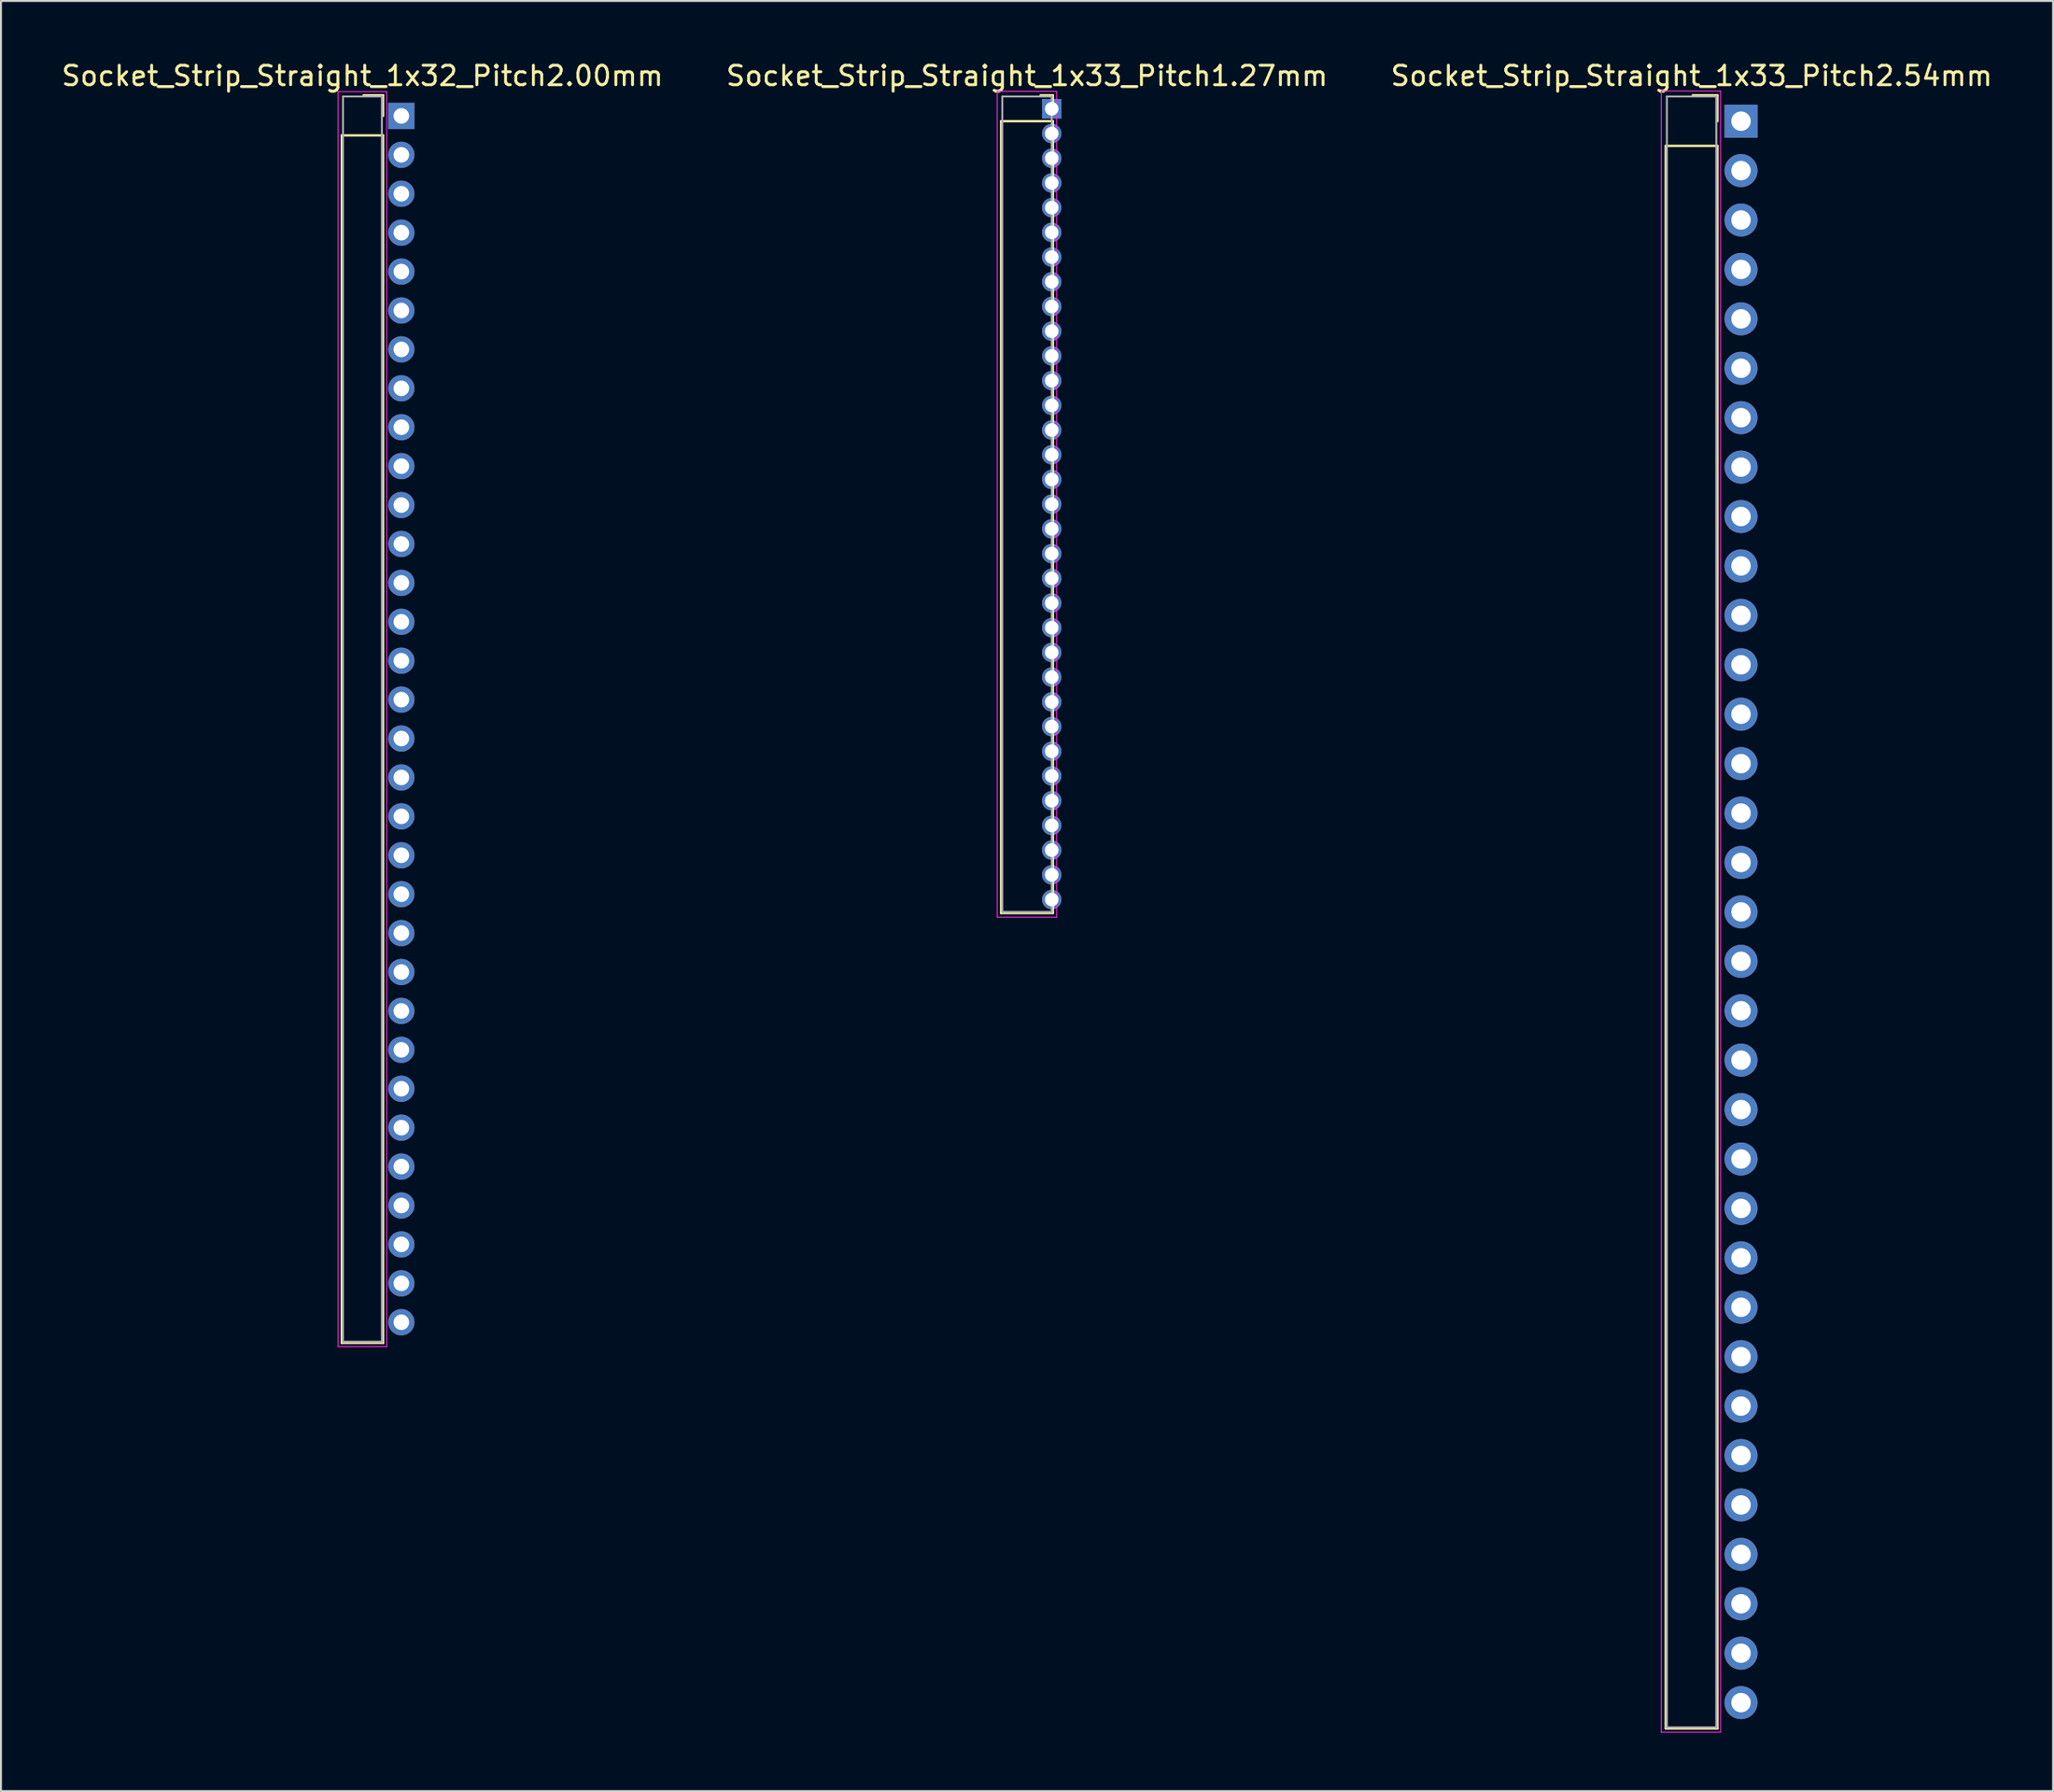
<source format=kicad_pcb>
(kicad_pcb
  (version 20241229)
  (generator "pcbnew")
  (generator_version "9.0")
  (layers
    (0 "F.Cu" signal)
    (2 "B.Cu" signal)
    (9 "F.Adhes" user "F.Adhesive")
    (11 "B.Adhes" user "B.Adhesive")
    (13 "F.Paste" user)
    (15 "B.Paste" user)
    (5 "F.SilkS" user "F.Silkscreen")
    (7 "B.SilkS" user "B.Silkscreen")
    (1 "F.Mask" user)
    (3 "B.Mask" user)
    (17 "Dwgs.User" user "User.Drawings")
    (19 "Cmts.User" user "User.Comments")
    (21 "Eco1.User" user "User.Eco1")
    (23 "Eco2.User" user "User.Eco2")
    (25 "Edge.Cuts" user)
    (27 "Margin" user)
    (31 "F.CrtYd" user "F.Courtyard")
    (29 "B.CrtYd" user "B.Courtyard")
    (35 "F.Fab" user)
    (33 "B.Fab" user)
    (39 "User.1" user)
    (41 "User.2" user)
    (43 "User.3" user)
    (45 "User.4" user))
  (footprint "Socket_Strip_Straight_1x32_Pitch2.00mm"
    (layer "F.Cu")
    (at 17.577 2.908)
    (property "Reference" "Socket_Strip_Straight_1x32_Pitch2.00mm" (at -2 -2.06 0) (layer "F.SilkS") (effects (font (size 1 1) (thickness 0.15))))
    (attr through_hole)
    (fp_line (start -3.06 1) (end -3.06 63.06) (stroke (width 0.12) (type solid)) (layer "F.SilkS"))
    (fp_line (start -3.06 63.06) (end -0.94 63.06) (stroke (width 0.12) (type solid)) (layer "F.SilkS"))
    (fp_line (start -0.94 -1.06) (end -1.94 -1.06) (stroke (width 0.12) (type solid)) (layer "F.SilkS"))
    (fp_line (start -0.94 0) (end -0.94 -1.06) (stroke (width 0.12) (type solid)) (layer "F.SilkS"))
    (fp_line (start -0.94 1) (end -3.06 1) (stroke (width 0.12) (type solid)) (layer "F.SilkS"))
    (fp_line (start -0.94 63.06) (end -0.94 1) (stroke (width 0.12) (type solid)) (layer "F.SilkS"))
    (fp_line (start -3.25 -1.25) (end -3.25 63.25) (stroke (width 0.05) (type solid)) (layer "F.CrtYd"))
    (fp_line (start -3.25 63.25) (end -0.75 63.25) (stroke (width 0.05) (type solid)) (layer "F.CrtYd"))
    (fp_line (start -0.75 -1.25) (end -3.25 -1.25) (stroke (width 0.05) (type solid)) (layer "F.CrtYd"))
    (fp_line (start -0.75 63.25) (end -0.75 -1.25) (stroke (width 0.05) (type solid)) (layer "F.CrtYd"))
    (fp_line (start -3 -1) (end -3 63) (stroke (width 0.1) (type solid)) (layer "F.Fab"))
    (fp_line (start -3 63) (end -1 63) (stroke (width 0.1) (type solid)) (layer "F.Fab"))
    (fp_line (start -1 -1) (end -3 -1) (stroke (width 0.1) (type solid)) (layer "F.Fab"))
    (fp_line (start -1 63) (end -1 -1) (stroke (width 0.1) (type solid)) (layer "F.Fab"))
    (pad "1" thru_hole rect (at 0 0) (size 1.35 1.35) (drill 0.8) (layers "*.Cu" "*.Mask"))
    (pad "2" thru_hole oval (at 0 2) (size 1.35 1.35) (drill 0.8) (layers "*.Cu" "*.Mask"))
    (pad "3" thru_hole oval (at 0 4) (size 1.35 1.35) (drill 0.8) (layers "*.Cu" "*.Mask"))
    (pad "4" thru_hole oval (at 0 6) (size 1.35 1.35) (drill 0.8) (layers "*.Cu" "*.Mask"))
    (pad "5" thru_hole oval (at 0 8) (size 1.35 1.35) (drill 0.8) (layers "*.Cu" "*.Mask"))
    (pad "6" thru_hole oval (at 0 10) (size 1.35 1.35) (drill 0.8) (layers "*.Cu" "*.Mask"))
    (pad "7" thru_hole oval (at 0 12) (size 1.35 1.35) (drill 0.8) (layers "*.Cu" "*.Mask"))
    (pad "8" thru_hole oval (at 0 14) (size 1.35 1.35) (drill 0.8) (layers "*.Cu" "*.Mask"))
    (pad "9" thru_hole oval (at 0 16) (size 1.35 1.35) (drill 0.8) (layers "*.Cu" "*.Mask"))
    (pad "10" thru_hole oval (at 0 18) (size 1.35 1.35) (drill 0.8) (layers "*.Cu" "*.Mask"))
    (pad "11" thru_hole oval (at 0 20) (size 1.35 1.35) (drill 0.8) (layers "*.Cu" "*.Mask"))
    (pad "12" thru_hole oval (at 0 22) (size 1.35 1.35) (drill 0.8) (layers "*.Cu" "*.Mask"))
    (pad "13" thru_hole oval (at 0 24) (size 1.35 1.35) (drill 0.8) (layers "*.Cu" "*.Mask"))
    (pad "14" thru_hole oval (at 0 26) (size 1.35 1.35) (drill 0.8) (layers "*.Cu" "*.Mask"))
    (pad "15" thru_hole oval (at 0 28) (size 1.35 1.35) (drill 0.8) (layers "*.Cu" "*.Mask"))
    (pad "16" thru_hole oval (at 0 30) (size 1.35 1.35) (drill 0.8) (layers "*.Cu" "*.Mask"))
    (pad "17" thru_hole oval (at 0 32) (size 1.35 1.35) (drill 0.8) (layers "*.Cu" "*.Mask"))
    (pad "18" thru_hole oval (at 0 34) (size 1.35 1.35) (drill 0.8) (layers "*.Cu" "*.Mask"))
    (pad "19" thru_hole oval (at 0 36) (size 1.35 1.35) (drill 0.8) (layers "*.Cu" "*.Mask"))
    (pad "20" thru_hole oval (at 0 38) (size 1.35 1.35) (drill 0.8) (layers "*.Cu" "*.Mask"))
    (pad "21" thru_hole oval (at 0 40) (size 1.35 1.35) (drill 0.8) (layers "*.Cu" "*.Mask"))
    (pad "22" thru_hole oval (at 0 42) (size 1.35 1.35) (drill 0.8) (layers "*.Cu" "*.Mask"))
    (pad "23" thru_hole oval (at 0 44) (size 1.35 1.35) (drill 0.8) (layers "*.Cu" "*.Mask"))
    (pad "24" thru_hole oval (at 0 46) (size 1.35 1.35) (drill 0.8) (layers "*.Cu" "*.Mask"))
    (pad "25" thru_hole oval (at 0 48) (size 1.35 1.35) (drill 0.8) (layers "*.Cu" "*.Mask"))
    (pad "26" thru_hole oval (at 0 50) (size 1.35 1.35) (drill 0.8) (layers "*.Cu" "*.Mask"))
    (pad "27" thru_hole oval (at 0 52) (size 1.35 1.35) (drill 0.8) (layers "*.Cu" "*.Mask"))
    (pad "28" thru_hole oval (at 0 54) (size 1.35 1.35) (drill 0.8) (layers "*.Cu" "*.Mask"))
    (pad "29" thru_hole oval (at 0 56) (size 1.35 1.35) (drill 0.8) (layers "*.Cu" "*.Mask"))
    (pad "30" thru_hole oval (at 0 58) (size 1.35 1.35) (drill 0.8) (layers "*.Cu" "*.Mask"))
    (pad "31" thru_hole oval (at 0 60) (size 1.35 1.35) (drill 0.8) (layers "*.Cu" "*.Mask"))
    (pad "32" thru_hole oval (at 0 62) (size 1.35 1.35) (drill 0.8) (layers "*.Cu" "*.Mask")))
  (footprint "Socket_Strip_Straight_1x33_Pitch2.54mm"
    (layer "F.Cu")
    (at 86.427 3.178)
    (property "Reference" "Socket_Strip_Straight_1x33_Pitch2.54mm" (at -2.54 -2.33 0) (layer "F.SilkS") (effects (font (size 1 1) (thickness 0.15))))
    (attr through_hole)
    (fp_line (start -3.87 1.27) (end -3.87 82.61) (stroke (width 0.12) (type solid)) (layer "F.SilkS"))
    (fp_line (start -3.87 82.61) (end -1.21 82.61) (stroke (width 0.12) (type solid)) (layer "F.SilkS"))
    (fp_line (start -1.21 -1.33) (end -2.48 -1.33) (stroke (width 0.12) (type solid)) (layer "F.SilkS"))
    (fp_line (start -1.21 0) (end -1.21 -1.33) (stroke (width 0.12) (type solid)) (layer "F.SilkS"))
    (fp_line (start -1.21 1.27) (end -3.87 1.27) (stroke (width 0.12) (type solid)) (layer "F.SilkS"))
    (fp_line (start -1.21 82.61) (end -1.21 1.27) (stroke (width 0.12) (type solid)) (layer "F.SilkS"))
    (fp_line (start -4.1 -1.55) (end -4.1 82.8) (stroke (width 0.05) (type solid)) (layer "F.CrtYd"))
    (fp_line (start -4.1 82.8) (end -1.05 82.8) (stroke (width 0.05) (type solid)) (layer "F.CrtYd"))
    (fp_line (start -1.05 -1.55) (end -4.1 -1.55) (stroke (width 0.05) (type solid)) (layer "F.CrtYd"))
    (fp_line (start -1.05 82.8) (end -1.05 -1.55) (stroke (width 0.05) (type solid)) (layer "F.CrtYd"))
    (fp_line (start -3.81 -1.27) (end -3.81 82.55) (stroke (width 0.1) (type solid)) (layer "F.Fab"))
    (fp_line (start -3.81 82.55) (end -1.27 82.55) (stroke (width 0.1) (type solid)) (layer "F.Fab"))
    (fp_line (start -1.27 -1.27) (end -3.81 -1.27) (stroke (width 0.1) (type solid)) (layer "F.Fab"))
    (fp_line (start -1.27 82.55) (end -1.27 -1.27) (stroke (width 0.1) (type solid)) (layer "F.Fab"))
    (pad "1" thru_hole rect (at 0 0) (size 1.7 1.7) (drill 1) (layers "*.Cu" "*.Mask"))
    (pad "2" thru_hole oval (at 0 2.54) (size 1.7 1.7) (drill 1) (layers "*.Cu" "*.Mask"))
    (pad "3" thru_hole oval (at 0 5.08) (size 1.7 1.7) (drill 1) (layers "*.Cu" "*.Mask"))
    (pad "4" thru_hole oval (at 0 7.62) (size 1.7 1.7) (drill 1) (layers "*.Cu" "*.Mask"))
    (pad "5" thru_hole oval (at 0 10.16) (size 1.7 1.7) (drill 1) (layers "*.Cu" "*.Mask"))
    (pad "6" thru_hole oval (at 0 12.7) (size 1.7 1.7) (drill 1) (layers "*.Cu" "*.Mask"))
    (pad "7" thru_hole oval (at 0 15.24) (size 1.7 1.7) (drill 1) (layers "*.Cu" "*.Mask"))
    (pad "8" thru_hole oval (at 0 17.78) (size 1.7 1.7) (drill 1) (layers "*.Cu" "*.Mask"))
    (pad "9" thru_hole oval (at 0 20.32) (size 1.7 1.7) (drill 1) (layers "*.Cu" "*.Mask"))
    (pad "10" thru_hole oval (at 0 22.86) (size 1.7 1.7) (drill 1) (layers "*.Cu" "*.Mask"))
    (pad "11" thru_hole oval (at 0 25.4) (size 1.7 1.7) (drill 1) (layers "*.Cu" "*.Mask"))
    (pad "12" thru_hole oval (at 0 27.94) (size 1.7 1.7) (drill 1) (layers "*.Cu" "*.Mask"))
    (pad "13" thru_hole oval (at 0 30.48) (size 1.7 1.7) (drill 1) (layers "*.Cu" "*.Mask"))
    (pad "14" thru_hole oval (at 0 33.02) (size 1.7 1.7) (drill 1) (layers "*.Cu" "*.Mask"))
    (pad "15" thru_hole oval (at 0 35.56) (size 1.7 1.7) (drill 1) (layers "*.Cu" "*.Mask"))
    (pad "16" thru_hole oval (at 0 38.1) (size 1.7 1.7) (drill 1) (layers "*.Cu" "*.Mask"))
    (pad "17" thru_hole oval (at 0 40.64) (size 1.7 1.7) (drill 1) (layers "*.Cu" "*.Mask"))
    (pad "18" thru_hole oval (at 0 43.18) (size 1.7 1.7) (drill 1) (layers "*.Cu" "*.Mask"))
    (pad "19" thru_hole oval (at 0 45.72) (size 1.7 1.7) (drill 1) (layers "*.Cu" "*.Mask"))
    (pad "20" thru_hole oval (at 0 48.26) (size 1.7 1.7) (drill 1) (layers "*.Cu" "*.Mask"))
    (pad "21" thru_hole oval (at 0 50.8) (size 1.7 1.7) (drill 1) (layers "*.Cu" "*.Mask"))
    (pad "22" thru_hole oval (at 0 53.34) (size 1.7 1.7) (drill 1) (layers "*.Cu" "*.Mask"))
    (pad "23" thru_hole oval (at 0 55.88) (size 1.7 1.7) (drill 1) (layers "*.Cu" "*.Mask"))
    (pad "24" thru_hole oval (at 0 58.42) (size 1.7 1.7) (drill 1) (layers "*.Cu" "*.Mask"))
    (pad "25" thru_hole oval (at 0 60.96) (size 1.7 1.7) (drill 1) (layers "*.Cu" "*.Mask"))
    (pad "26" thru_hole oval (at 0 63.5) (size 1.7 1.7) (drill 1) (layers "*.Cu" "*.Mask"))
    (pad "27" thru_hole oval (at 0 66.04) (size 1.7 1.7) (drill 1) (layers "*.Cu" "*.Mask"))
    (pad "28" thru_hole oval (at 0 68.58) (size 1.7 1.7) (drill 1) (layers "*.Cu" "*.Mask"))
    (pad "29" thru_hole oval (at 0 71.12) (size 1.7 1.7) (drill 1) (layers "*.Cu" "*.Mask"))
    (pad "30" thru_hole oval (at 0 73.66) (size 1.7 1.7) (drill 1) (layers "*.Cu" "*.Mask"))
    (pad "31" thru_hole oval (at 0 76.2) (size 1.7 1.7) (drill 1) (layers "*.Cu" "*.Mask"))
    (pad "32" thru_hole oval (at 0 78.74) (size 1.7 1.7) (drill 1) (layers "*.Cu" "*.Mask"))
    (pad "33" thru_hole oval (at 0 81.28) (size 1.7 1.7) (drill 1) (layers "*.Cu" "*.Mask")))
  (footprint "Socket_Strip_Straight_1x33_Pitch1.27mm"
    (layer "F.Cu")
    (at 51.002 2.543)
    (property "Reference" "Socket_Strip_Straight_1x33_Pitch1.27mm" (at -1.27 -1.695 0) (layer "F.SilkS") (effects (font (size 1 1) (thickness 0.15))))
    (attr through_hole)
    (fp_line (start -2.6 0.635) (end -2.6 41.335) (stroke (width 0.12) (type solid)) (layer "F.SilkS"))
    (fp_line (start -2.6 41.335) (end 0.06 41.335) (stroke (width 0.12) (type solid)) (layer "F.SilkS"))
    (fp_line (start 0.06 -0.695) (end -0.575 -0.695) (stroke (width 0.12) (type solid)) (layer "F.SilkS"))
    (fp_line (start 0.06 0) (end 0.06 -0.695) (stroke (width 0.12) (type solid)) (layer "F.SilkS"))
    (fp_line (start 0.06 0.635) (end -2.6 0.635) (stroke (width 0.12) (type solid)) (layer "F.SilkS"))
    (fp_line (start 0.06 41.335) (end 0.06 0.635) (stroke (width 0.12) (type solid)) (layer "F.SilkS"))
    (fp_line (start -2.8 -0.9) (end -2.8 41.55) (stroke (width 0.05) (type solid)) (layer "F.CrtYd"))
    (fp_line (start -2.8 41.55) (end 0.25 41.55) (stroke (width 0.05) (type solid)) (layer "F.CrtYd"))
    (fp_line (start 0.25 -0.9) (end -2.8 -0.9) (stroke (width 0.05) (type solid)) (layer "F.CrtYd"))
    (fp_line (start 0.25 41.55) (end 0.25 -0.9) (stroke (width 0.05) (type solid)) (layer "F.CrtYd"))
    (fp_line (start -2.54 -0.635) (end -2.54 41.275) (stroke (width 0.1) (type solid)) (layer "F.Fab"))
    (fp_line (start -2.54 41.275) (end 0 41.275) (stroke (width 0.1) (type solid)) (layer "F.Fab"))
    (fp_line (start 0 -0.635) (end -2.54 -0.635) (stroke (width 0.1) (type solid)) (layer "F.Fab"))
    (fp_line (start 0 41.275) (end 0 -0.635) (stroke (width 0.1) (type solid)) (layer "F.Fab"))
    (pad "1" thru_hole rect (at 0 0) (size 1 1) (drill 0.7) (layers "*.Cu" "*.Mask"))
    (pad "2" thru_hole oval (at 0 1.27) (size 1 1) (drill 0.7) (layers "*.Cu" "*.Mask"))
    (pad "3" thru_hole oval (at 0 2.54) (size 1 1) (drill 0.7) (layers "*.Cu" "*.Mask"))
    (pad "4" thru_hole oval (at 0 3.81) (size 1 1) (drill 0.7) (layers "*.Cu" "*.Mask"))
    (pad "5" thru_hole oval (at 0 5.08) (size 1 1) (drill 0.7) (layers "*.Cu" "*.Mask"))
    (pad "6" thru_hole oval (at 0 6.35) (size 1 1) (drill 0.7) (layers "*.Cu" "*.Mask"))
    (pad "7" thru_hole oval (at 0 7.62) (size 1 1) (drill 0.7) (layers "*.Cu" "*.Mask"))
    (pad "8" thru_hole oval (at 0 8.89) (size 1 1) (drill 0.7) (layers "*.Cu" "*.Mask"))
    (pad "9" thru_hole oval (at 0 10.16) (size 1 1) (drill 0.7) (layers "*.Cu" "*.Mask"))
    (pad "10" thru_hole oval (at 0 11.43) (size 1 1) (drill 0.7) (layers "*.Cu" "*.Mask"))
    (pad "11" thru_hole oval (at 0 12.7) (size 1 1) (drill 0.7) (layers "*.Cu" "*.Mask"))
    (pad "12" thru_hole oval (at 0 13.97) (size 1 1) (drill 0.7) (layers "*.Cu" "*.Mask"))
    (pad "13" thru_hole oval (at 0 15.24) (size 1 1) (drill 0.7) (layers "*.Cu" "*.Mask"))
    (pad "14" thru_hole oval (at 0 16.51) (size 1 1) (drill 0.7) (layers "*.Cu" "*.Mask"))
    (pad "15" thru_hole oval (at 0 17.78) (size 1 1) (drill 0.7) (layers "*.Cu" "*.Mask"))
    (pad "16" thru_hole oval (at 0 19.05) (size 1 1) (drill 0.7) (layers "*.Cu" "*.Mask"))
    (pad "17" thru_hole oval (at 0 20.32) (size 1 1) (drill 0.7) (layers "*.Cu" "*.Mask"))
    (pad "18" thru_hole oval (at 0 21.59) (size 1 1) (drill 0.7) (layers "*.Cu" "*.Mask"))
    (pad "19" thru_hole oval (at 0 22.86) (size 1 1) (drill 0.7) (layers "*.Cu" "*.Mask"))
    (pad "20" thru_hole oval (at 0 24.13) (size 1 1) (drill 0.7) (layers "*.Cu" "*.Mask"))
    (pad "21" thru_hole oval (at 0 25.4) (size 1 1) (drill 0.7) (layers "*.Cu" "*.Mask"))
    (pad "22" thru_hole oval (at 0 26.67) (size 1 1) (drill 0.7) (layers "*.Cu" "*.Mask"))
    (pad "23" thru_hole oval (at 0 27.94) (size 1 1) (drill 0.7) (layers "*.Cu" "*.Mask"))
    (pad "24" thru_hole oval (at 0 29.21) (size 1 1) (drill 0.7) (layers "*.Cu" "*.Mask"))
    (pad "25" thru_hole oval (at 0 30.48) (size 1 1) (drill 0.7) (layers "*.Cu" "*.Mask"))
    (pad "26" thru_hole oval (at 0 31.75) (size 1 1) (drill 0.7) (layers "*.Cu" "*.Mask"))
    (pad "27" thru_hole oval (at 0 33.02) (size 1 1) (drill 0.7) (layers "*.Cu" "*.Mask"))
    (pad "28" thru_hole oval (at 0 34.29) (size 1 1) (drill 0.7) (layers "*.Cu" "*.Mask"))
    (pad "29" thru_hole oval (at 0 35.56) (size 1 1) (drill 0.7) (layers "*.Cu" "*.Mask"))
    (pad "30" thru_hole oval (at 0 36.83) (size 1 1) (drill 0.7) (layers "*.Cu" "*.Mask"))
    (pad "31" thru_hole oval (at 0 38.1) (size 1 1) (drill 0.7) (layers "*.Cu" "*.Mask"))
    (pad "32" thru_hole oval (at 0 39.37) (size 1 1) (drill 0.7) (layers "*.Cu" "*.Mask"))
    (pad "33" thru_hole oval (at 0 40.64) (size 1 1) (drill 0.7) (layers "*.Cu" "*.Mask")))
  (gr_rect
    (start -3 -3)
    (end 102.464 89.003)
    (stroke (width 0.1) (type default))
    (fill no)
    (layer "Edge.Cuts")))
</source>
